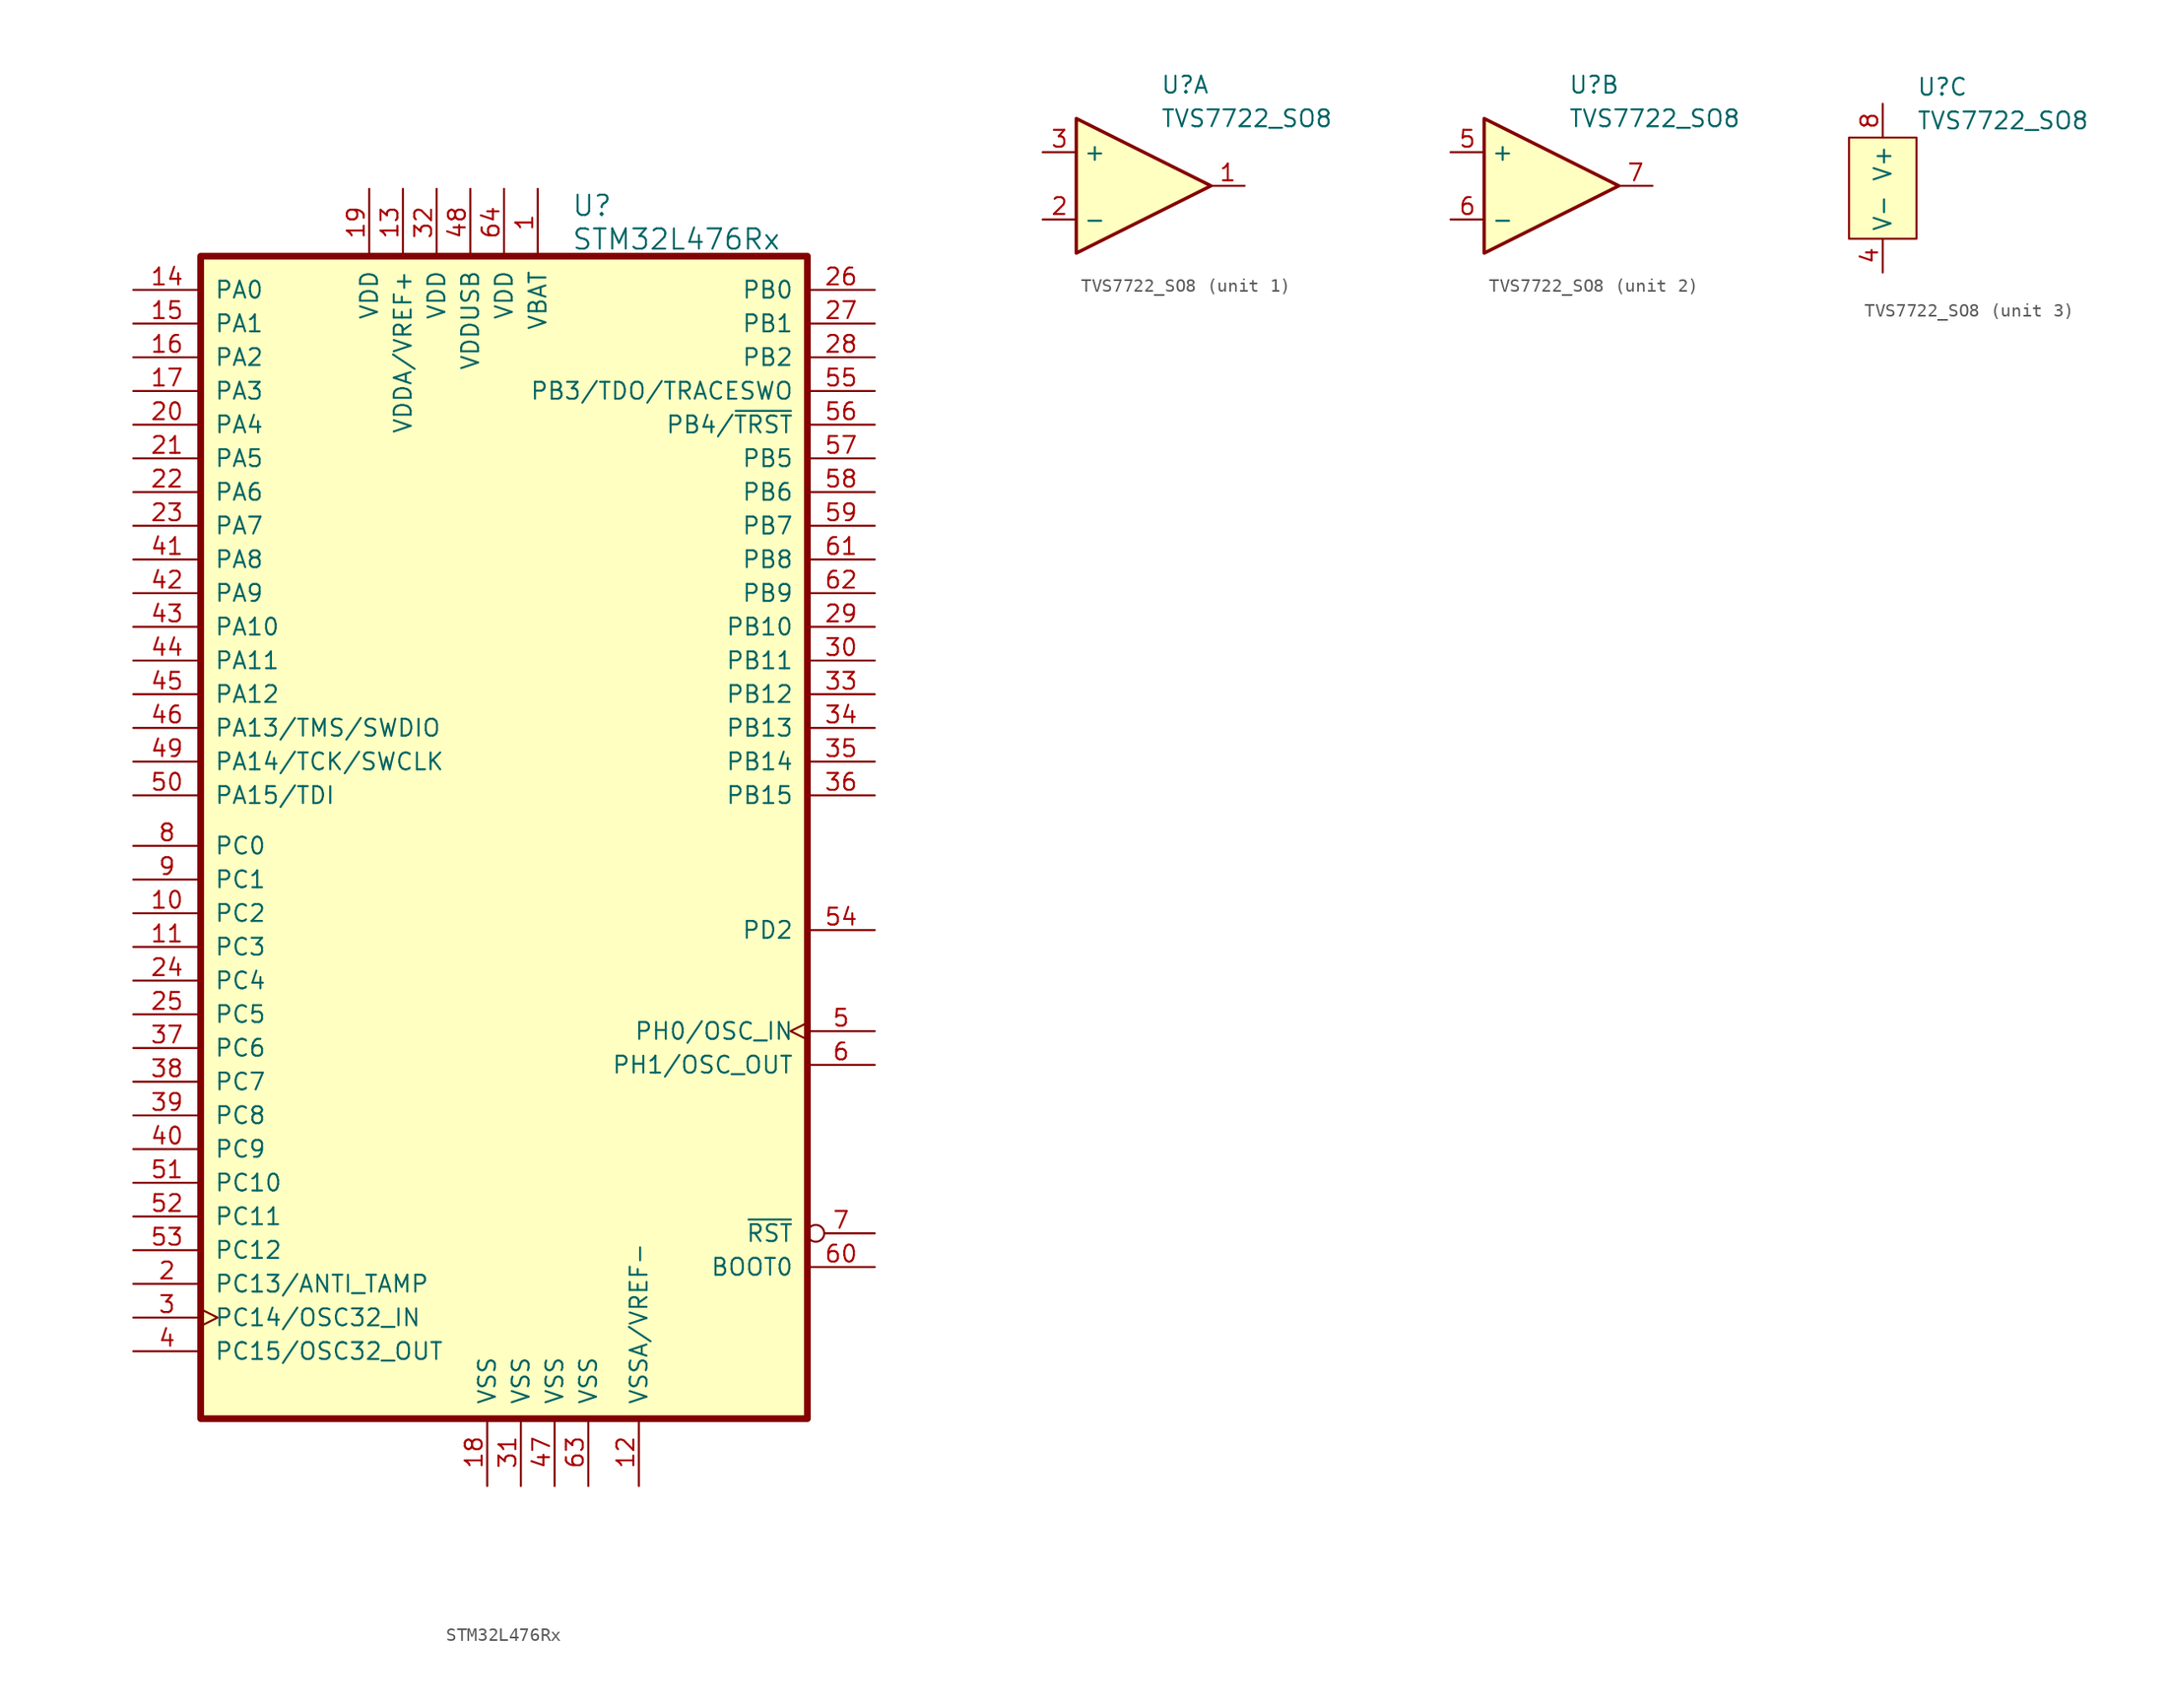
<source format=kicad_sym>
(kicad_symbol_lib
  (version 20220126)
  (generator kicad_symbol_editor)
  (symbol "STM32L476Rx"
    (pin_names
      (offset 1.016))
    (property "Reference" "U"
      (at 5.08 44.45 0)
      (effects (font (size 1.524 1.524)) (justify left)))
    (property "Value" "STM32L476Rx"
      (at 5.08 41.91 0)
      (effects (font (size 1.524 1.524)) (justify left)))
    (symbol "STM32L476Rx_0_0"
      (rectangle (start -22.86 40.64) (end 22.86 -46.99) (stroke (width 0.508) (type default)) (fill (type background))))
    (symbol "STM32L476Rx_1_1"
      (pin power_in line (at 2.54 45.72 270) (length 5.08) (name "VBAT" (effects (font (size 1.27 1.27)))) (number "1" (effects (font (size 1.27 1.27)))))
      (pin bidirectional line (at -27.94 -8.89 0) (length 5.08) (name "PC2" (effects (font (size 1.27 1.27)))) (number "10" (effects (font (size 1.27 1.27)))))
      (pin bidirectional line (at -27.94 -11.43 0) (length 5.08) (name "PC3" (effects (font (size 1.27 1.27)))) (number "11" (effects (font (size 1.27 1.27)))))
      (pin power_in line (at 10.16 -52.07 90) (length 5.08) (name "VSSA/VREF-" (effects (font (size 1.27 1.27)))) (number "12" (effects (font (size 1.27 1.27)))))
      (pin power_in line (at -7.62 45.72 270) (length 5.08) (name "VDDA/VREF+" (effects (font (size 1.27 1.27)))) (number "13" (effects (font (size 1.27 1.27)))))
      (pin bidirectional line (at -27.94 38.1 0) (length 5.08) (name "PA0" (effects (font (size 1.27 1.27)))) (number "14" (effects (font (size 1.27 1.27)))))
      (pin bidirectional line (at -27.94 35.56 0) (length 5.08) (name "PA1" (effects (font (size 1.27 1.27)))) (number "15" (effects (font (size 1.27 1.27)))))
      (pin bidirectional line (at -27.94 33.02 0) (length 5.08) (name "PA2" (effects (font (size 1.27 1.27)))) (number "16" (effects (font (size 1.27 1.27)))))
      (pin bidirectional line (at -27.94 30.48 0) (length 5.08) (name "PA3" (effects (font (size 1.27 1.27)))) (number "17" (effects (font (size 1.27 1.27)))))
      (pin power_in line (at -1.27 -52.07 90) (length 5.08) (name "VSS" (effects (font (size 1.27 1.27)))) (number "18" (effects (font (size 1.27 1.27)))))
      (pin power_in line (at -10.16 45.72 270) (length 5.08) (name "VDD" (effects (font (size 1.27 1.27)))) (number "19" (effects (font (size 1.27 1.27)))))
      (pin bidirectional line (at -27.94 -36.83 0) (length 5.08) (name "PC13/ANTI_TAMP" (effects (font (size 1.27 1.27)))) (number "2" (effects (font (size 1.27 1.27)))))
      (pin bidirectional line (at -27.94 27.94 0) (length 5.08) (name "PA4" (effects (font (size 1.27 1.27)))) (number "20" (effects (font (size 1.27 1.27)))))
      (pin bidirectional line (at -27.94 25.4 0) (length 5.08) (name "PA5" (effects (font (size 1.27 1.27)))) (number "21" (effects (font (size 1.27 1.27)))))
      (pin bidirectional line (at -27.94 22.86 0) (length 5.08) (name "PA6" (effects (font (size 1.27 1.27)))) (number "22" (effects (font (size 1.27 1.27)))))
      (pin bidirectional line (at -27.94 20.32 0) (length 5.08) (name "PA7" (effects (font (size 1.27 1.27)))) (number "23" (effects (font (size 1.27 1.27)))))
      (pin bidirectional line (at -27.94 -13.97 0) (length 5.08) (name "PC4" (effects (font (size 1.27 1.27)))) (number "24" (effects (font (size 1.27 1.27)))))
      (pin bidirectional line (at -27.94 -16.51 0) (length 5.08) (name "PC5" (effects (font (size 1.27 1.27)))) (number "25" (effects (font (size 1.27 1.27)))))
      (pin bidirectional line (at 27.94 38.1 180) (length 5.08) (name "PB0" (effects (font (size 1.27 1.27)))) (number "26" (effects (font (size 1.27 1.27)))))
      (pin bidirectional line (at 27.94 35.56 180) (length 5.08) (name "PB1" (effects (font (size 1.27 1.27)))) (number "27" (effects (font (size 1.27 1.27)))))
      (pin bidirectional line (at 27.94 33.02 180) (length 5.08) (name "PB2" (effects (font (size 1.27 1.27)))) (number "28" (effects (font (size 1.27 1.27)))))
      (pin bidirectional line (at 27.94 12.7 180) (length 5.08) (name "PB10" (effects (font (size 1.27 1.27)))) (number "29" (effects (font (size 1.27 1.27)))))
      (pin bidirectional clock (at -27.94 -39.37 0) (length 5.08) (name "PC14/OSC32_IN" (effects (font (size 1.27 1.27)))) (number "3" (effects (font (size 1.27 1.27)))))
      (pin bidirectional line (at 27.94 10.16 180) (length 5.08) (name "PB11" (effects (font (size 1.27 1.27)))) (number "30" (effects (font (size 1.27 1.27)))))
      (pin power_in line (at 1.27 -52.07 90) (length 5.08) (name "VSS" (effects (font (size 1.27 1.27)))) (number "31" (effects (font (size 1.27 1.27)))))
      (pin power_in line (at -5.08 45.72 270) (length 5.08) (name "VDD" (effects (font (size 1.27 1.27)))) (number "32" (effects (font (size 1.27 1.27)))))
      (pin bidirectional line (at 27.94 7.62 180) (length 5.08) (name "PB12" (effects (font (size 1.27 1.27)))) (number "33" (effects (font (size 1.27 1.27)))))
      (pin bidirectional line (at 27.94 5.08 180) (length 5.08) (name "PB13" (effects (font (size 1.27 1.27)))) (number "34" (effects (font (size 1.27 1.27)))))
      (pin bidirectional line (at 27.94 2.54 180) (length 5.08) (name "PB14" (effects (font (size 1.27 1.27)))) (number "35" (effects (font (size 1.27 1.27)))))
      (pin bidirectional line (at 27.94 0 180) (length 5.08) (name "PB15" (effects (font (size 1.27 1.27)))) (number "36" (effects (font (size 1.27 1.27)))))
      (pin bidirectional line (at -27.94 -19.05 0) (length 5.08) (name "PC6" (effects (font (size 1.27 1.27)))) (number "37" (effects (font (size 1.27 1.27)))))
      (pin bidirectional line (at -27.94 -21.59 0) (length 5.08) (name "PC7" (effects (font (size 1.27 1.27)))) (number "38" (effects (font (size 1.27 1.27)))))
      (pin bidirectional line (at -27.94 -24.13 0) (length 5.08) (name "PC8" (effects (font (size 1.27 1.27)))) (number "39" (effects (font (size 1.27 1.27)))))
      (pin bidirectional line (at -27.94 -41.91 0) (length 5.08) (name "PC15/OSC32_OUT" (effects (font (size 1.27 1.27)))) (number "4" (effects (font (size 1.27 1.27)))))
      (pin bidirectional line (at -27.94 -26.67 0) (length 5.08) (name "PC9" (effects (font (size 1.27 1.27)))) (number "40" (effects (font (size 1.27 1.27)))))
      (pin bidirectional line (at -27.94 17.78 0) (length 5.08) (name "PA8" (effects (font (size 1.27 1.27)))) (number "41" (effects (font (size 1.27 1.27)))))
      (pin bidirectional line (at -27.94 15.24 0) (length 5.08) (name "PA9" (effects (font (size 1.27 1.27)))) (number "42" (effects (font (size 1.27 1.27)))))
      (pin bidirectional line (at -27.94 12.7 0) (length 5.08) (name "PA10" (effects (font (size 1.27 1.27)))) (number "43" (effects (font (size 1.27 1.27)))))
      (pin bidirectional line (at -27.94 10.16 0) (length 5.08) (name "PA11" (effects (font (size 1.27 1.27)))) (number "44" (effects (font (size 1.27 1.27)))))
      (pin bidirectional line (at -27.94 7.62 0) (length 5.08) (name "PA12" (effects (font (size 1.27 1.27)))) (number "45" (effects (font (size 1.27 1.27)))))
      (pin bidirectional line (at -27.94 5.08 0) (length 5.08) (name "PA13/TMS/SWDIO" (effects (font (size 1.27 1.27)))) (number "46" (effects (font (size 1.27 1.27)))))
      (pin power_in line (at 3.81 -52.07 90) (length 5.08) (name "VSS" (effects (font (size 1.27 1.27)))) (number "47" (effects (font (size 1.27 1.27)))))
      (pin power_in line (at -2.54 45.72 270) (length 5.08) (name "VDDUSB" (effects (font (size 1.27 1.27)))) (number "48" (effects (font (size 1.27 1.27)))))
      (pin bidirectional line (at -27.94 2.54 0) (length 5.08) (name "PA14/TCK/SWCLK" (effects (font (size 1.27 1.27)))) (number "49" (effects (font (size 1.27 1.27)))))
      (pin bidirectional clock (at 27.94 -17.78 180) (length 5.08) (name "PH0/OSC_IN" (effects (font (size 1.27 1.27)))) (number "5" (effects (font (size 1.27 1.27)))))
      (pin bidirectional line (at -27.94 0 0) (length 5.08) (name "PA15/TDI" (effects (font (size 1.27 1.27)))) (number "50" (effects (font (size 1.27 1.27)))))
      (pin bidirectional line (at -27.94 -29.21 0) (length 5.08) (name "PC10" (effects (font (size 1.27 1.27)))) (number "51" (effects (font (size 1.27 1.27)))))
      (pin bidirectional line (at -27.94 -31.75 0) (length 5.08) (name "PC11" (effects (font (size 1.27 1.27)))) (number "52" (effects (font (size 1.27 1.27)))))
      (pin input line (at -27.94 -34.29 0) (length 5.08) (name "PC12" (effects (font (size 1.27 1.27)))) (number "53" (effects (font (size 1.27 1.27)))))
      (pin input line (at 27.94 -10.16 180) (length 5.08) (name "PD2" (effects (font (size 1.27 1.27)))) (number "54" (effects (font (size 1.27 1.27)))))
      (pin bidirectional line (at 27.94 30.48 180) (length 5.08) (name "PB3/TDO/TRACESWO" (effects (font (size 1.27 1.27)))) (number "55" (effects (font (size 1.27 1.27)))))
      (pin bidirectional line (at 27.94 27.94 180) (length 5.08) (name "PB4/~{TRST}" (effects (font (size 1.27 1.27)))) (number "56" (effects (font (size 1.27 1.27)))))
      (pin bidirectional line (at 27.94 25.4 180) (length 5.08) (name "PB5" (effects (font (size 1.27 1.27)))) (number "57" (effects (font (size 1.27 1.27)))))
      (pin bidirectional line (at 27.94 22.86 180) (length 5.08) (name "PB6" (effects (font (size 1.27 1.27)))) (number "58" (effects (font (size 1.27 1.27)))))
      (pin bidirectional line (at 27.94 20.32 180) (length 5.08) (name "PB7" (effects (font (size 1.27 1.27)))) (number "59" (effects (font (size 1.27 1.27)))))
      (pin bidirectional line (at 27.94 -20.32 180) (length 5.08) (name "PH1/OSC_OUT" (effects (font (size 1.27 1.27)))) (number "6" (effects (font (size 1.27 1.27)))))
      (pin input line (at 27.94 -35.56 180) (length 5.08) (name "BOOT0" (effects (font (size 1.27 1.27)))) (number "60" (effects (font (size 1.27 1.27)))))
      (pin bidirectional line (at 27.94 17.78 180) (length 5.08) (name "PB8" (effects (font (size 1.27 1.27)))) (number "61" (effects (font (size 1.27 1.27)))))
      (pin bidirectional line (at 27.94 15.24 180) (length 5.08) (name "PB9" (effects (font (size 1.27 1.27)))) (number "62" (effects (font (size 1.27 1.27)))))
      (pin power_in line (at 6.35 -52.07 90) (length 5.08) (name "VSS" (effects (font (size 1.27 1.27)))) (number "63" (effects (font (size 1.27 1.27)))))
      (pin power_in line (at 0 45.72 270) (length 5.08) (name "VDD" (effects (font (size 1.27 1.27)))) (number "64" (effects (font (size 1.27 1.27)))))
      (pin input inverted (at 27.94 -33.02 180) (length 5.08) (name "~{RST}" (effects (font (size 1.27 1.27)))) (number "7" (effects (font (size 1.27 1.27)))))
      (pin bidirectional line (at -27.94 -3.81 0) (length 5.08) (name "PC0" (effects (font (size 1.27 1.27)))) (number "8" (effects (font (size 1.27 1.27)))))
      (pin bidirectional line (at -27.94 -6.35 0) (length 5.08) (name "PC1" (effects (font (size 1.27 1.27)))) (number "9" (effects (font (size 1.27 1.27)))))))
  (symbol "TVS7722_SO8"
    (property "Reference" "U"
      (at 2.54 6.35 0)
      (effects (font (size 1.27 1.27)) (justify left)))
    (property "Value" "TVS7722_SO8"
      (at 2.54 3.81 0)
      (effects (font (size 1.27 1.27)) (justify left)))
    (property "ki_locked" ""
      (at 0 0 0)
      (effects (font (size 1.27 1.27))))
    (symbol "TVS7722_SO8_1_1"
      (polyline (pts (xy -3.81 3.81) (xy 6.35 -1.27) (xy -3.81 -6.35) (xy -3.81 3.81)) (stroke (width 0.254) (type default)) (fill (type background)))
      (pin output line (at 8.89 -1.27 180) (length 2.54) (name "~" (effects (font (size 1.27 1.27)))) (number "1" (effects (font (size 1.27 1.27)))))
      (pin input line (at -6.35 -3.81 0) (length 2.54) (name "-" (effects (font (size 1.27 1.27)))) (number "2" (effects (font (size 1.27 1.27)))))
      (pin input line (at -6.35 1.27 0) (length 2.54) (name "+" (effects (font (size 1.27 1.27)))) (number "3" (effects (font (size 1.27 1.27))))))
    (symbol "TVS7722_SO8_2_1"
      (polyline (pts (xy -3.81 3.81) (xy 6.35 -1.27) (xy -3.81 -6.35) (xy -3.81 3.81)) (stroke (width 0.254) (type default)) (fill (type background)))
      (pin input line (at -6.35 1.27 0) (length 2.54) (name "+" (effects (font (size 1.27 1.27)))) (number "5" (effects (font (size 1.27 1.27)))))
      (pin input line (at -6.35 -3.81 0) (length 2.54) (name "-" (effects (font (size 1.27 1.27)))) (number "6" (effects (font (size 1.27 1.27)))))
      (pin output line (at 8.89 -1.27 180) (length 2.54) (name "~" (effects (font (size 1.27 1.27)))) (number "7" (effects (font (size 1.27 1.27))))))
    (symbol "TVS7722_SO8_3_1"
      (rectangle (start -2.54 2.54) (end 2.54 -5.08) (stroke (width 0.152) (type default)) (fill (type background)))
      (pin power_in line (at 0 -7.62 90) (length 2.54) (name "V-" (effects (font (size 1.27 1.27)))) (number "4" (effects (font (size 1.27 1.27)))))
      (pin power_in line (at 0 5.08 270) (length 2.54) (name "V+" (effects (font (size 1.27 1.27)))) (number "8" (effects (font (size 1.27 1.27))))))))
</source>
